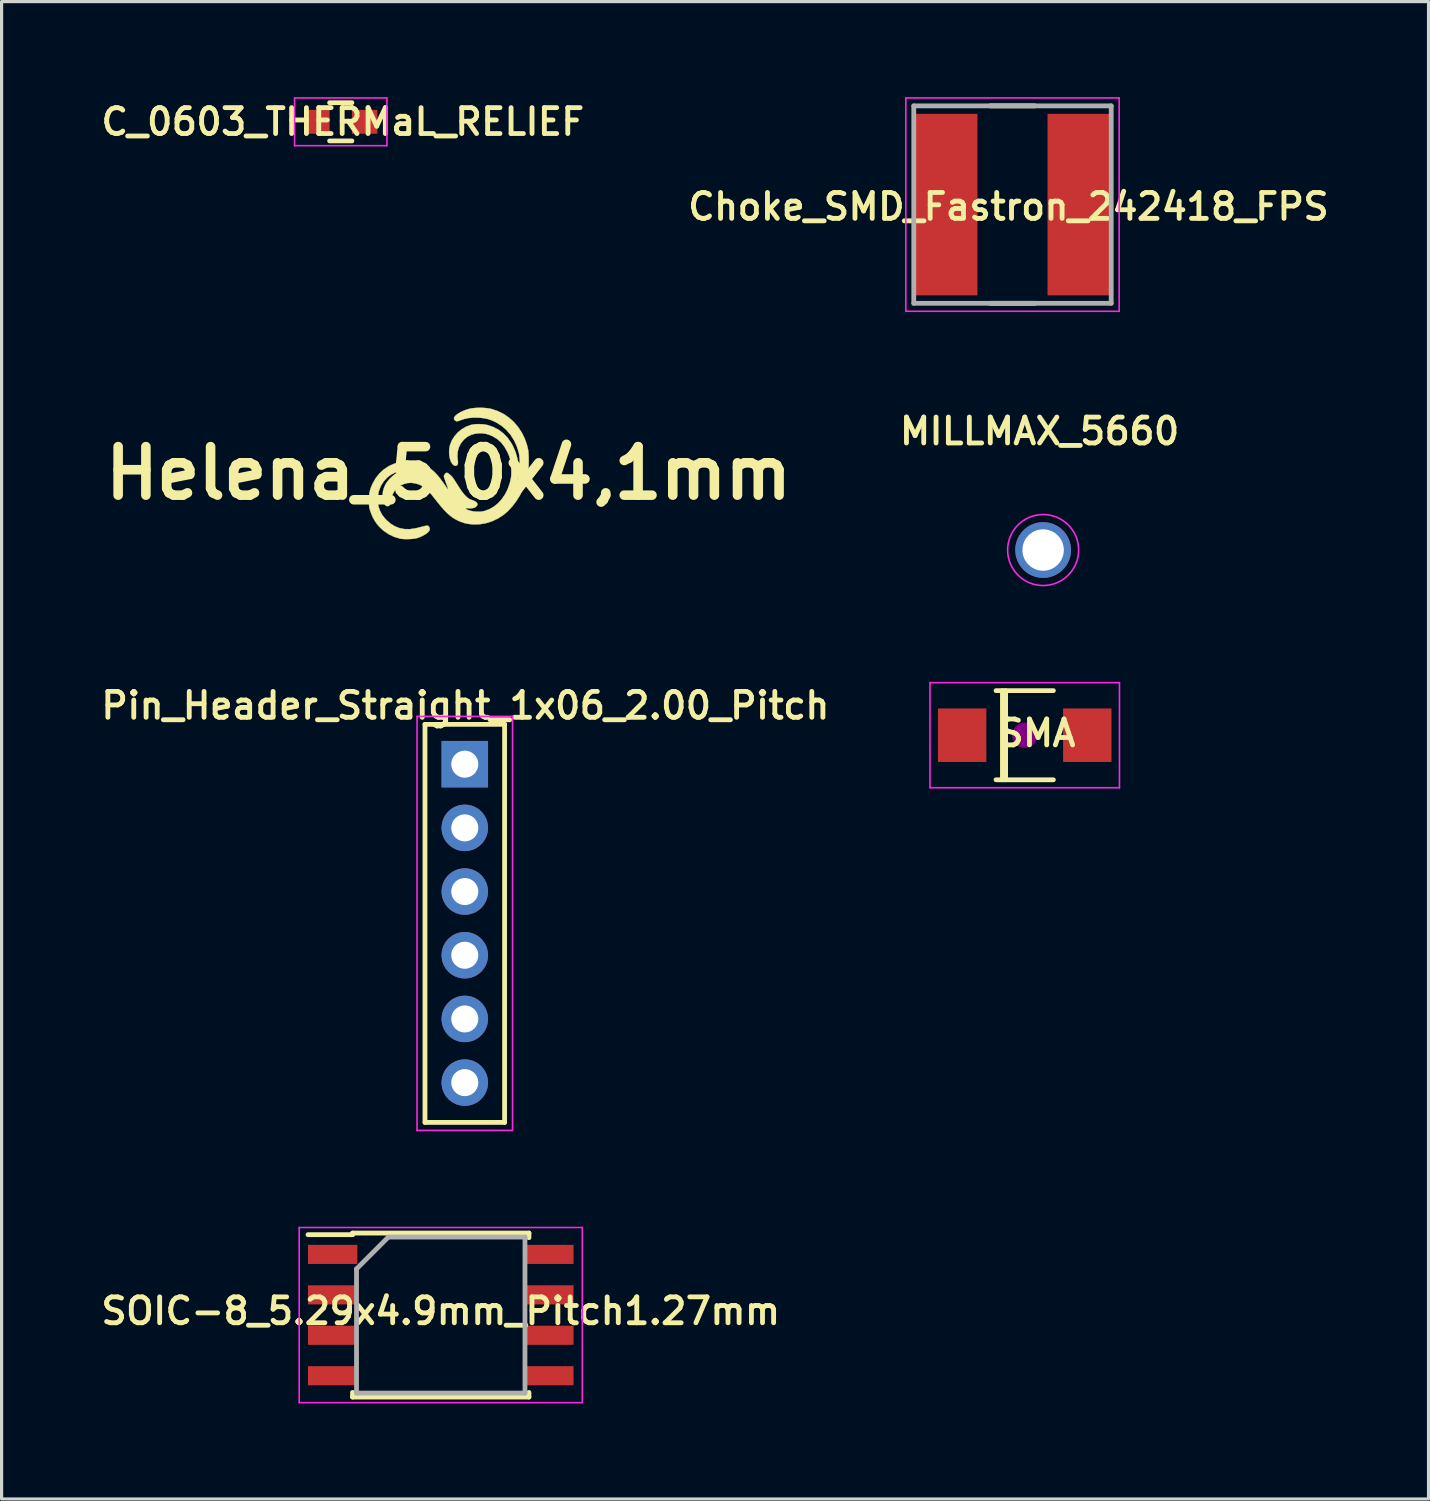
<source format=kicad_pcb>
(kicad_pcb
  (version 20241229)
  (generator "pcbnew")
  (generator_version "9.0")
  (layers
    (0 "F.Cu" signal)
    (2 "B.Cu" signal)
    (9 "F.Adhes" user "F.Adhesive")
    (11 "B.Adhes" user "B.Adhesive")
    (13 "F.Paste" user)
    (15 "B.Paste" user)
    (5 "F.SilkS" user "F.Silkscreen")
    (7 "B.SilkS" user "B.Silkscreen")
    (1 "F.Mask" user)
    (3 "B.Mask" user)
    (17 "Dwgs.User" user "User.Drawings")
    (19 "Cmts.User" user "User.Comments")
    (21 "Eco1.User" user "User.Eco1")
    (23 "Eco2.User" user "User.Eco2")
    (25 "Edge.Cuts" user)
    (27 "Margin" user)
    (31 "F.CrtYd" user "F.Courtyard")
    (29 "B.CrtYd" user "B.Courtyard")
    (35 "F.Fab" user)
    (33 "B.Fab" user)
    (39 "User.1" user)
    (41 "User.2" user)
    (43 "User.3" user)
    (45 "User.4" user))
  (footprint "C_0603_THERMaL_RELIEF"
    (layer "F.Cu")
    (at 7.651 0.775)
    (property "Reference" "C_0603_THERMaL_RELIEF" (at 0.064 0 0) (layer "F.SilkS") (effects (font (size 0.813 0.813) (thickness 0.152))))
    (attr smd)
    (fp_line (start -0.35 -0.6) (end 0.35 -0.6) (stroke (width 0.15) (type solid)) (layer "F.SilkS"))
    (fp_line (start 0.35 0.6) (end -0.35 0.6) (stroke (width 0.15) (type solid)) (layer "F.SilkS"))
    (fp_line (start -1.45 -0.75) (end -1.45 0.75) (stroke (width 0.05) (type solid)) (layer "F.CrtYd"))
    (fp_line (start -1.45 -0.75) (end 1.45 -0.75) (stroke (width 0.05) (type solid)) (layer "F.CrtYd"))
    (fp_line (start -1.45 0.75) (end 1.45 0.75) (stroke (width 0.05) (type solid)) (layer "F.CrtYd"))
    (fp_line (start 1.45 -0.75) (end 1.45 0.75) (stroke (width 0.05) (type solid)) (layer "F.CrtYd"))
    (pad "1" smd rect (at -0.75 0) (size 0.8 0.75) (layers "F.Cu" "F.Mask" "F.Paste"))
    (pad "2" smd rect (at 0.75 0) (size 0.8 0.75) (layers "F.Cu" "F.Mask" "F.Paste")))
  (footprint "SOIC-8_5.29x4.9mm_Pitch1.27mm"
    (layer "F.Cu")
    (at 10.791 38.248)
    (property "Reference" "SOIC-8_5.29x4.9mm_Pitch1.27mm" (at 0 -0.127 0) (layer "F.SilkS") (effects (font (size 0.813 0.813) (thickness 0.152))))
    (attr smd)
    (fp_line (start -2.77 -2.575) (end -2.77 -2.525) (stroke (width 0.15) (type solid)) (layer "F.SilkS"))
    (fp_line (start -2.77 -2.575) (end 2.77 -2.575) (stroke (width 0.15) (type solid)) (layer "F.SilkS"))
    (fp_line (start -2.77 -2.525) (end -4.17 -2.525) (stroke (width 0.15) (type solid)) (layer "F.SilkS"))
    (fp_line (start -2.77 2.575) (end -2.77 2.43) (stroke (width 0.15) (type solid)) (layer "F.SilkS"))
    (fp_line (start -2.77 2.575) (end 2.77 2.575) (stroke (width 0.15) (type solid)) (layer "F.SilkS"))
    (fp_line (start 2.77 -2.575) (end 2.77 -2.43) (stroke (width 0.15) (type solid)) (layer "F.SilkS"))
    (fp_line (start 2.77 2.575) (end 2.77 2.43) (stroke (width 0.15) (type solid)) (layer "F.SilkS"))
    (fp_line (start -4.445 -2.75) (end -4.445 2.75) (stroke (width 0.05) (type solid)) (layer "F.CrtYd"))
    (fp_line (start -4.445 -2.75) (end 4.445 -2.75) (stroke (width 0.05) (type solid)) (layer "F.CrtYd"))
    (fp_line (start -4.445 2.75) (end 4.445 2.75) (stroke (width 0.05) (type solid)) (layer "F.CrtYd"))
    (fp_line (start 4.445 -2.75) (end 4.445 2.75) (stroke (width 0.05) (type solid)) (layer "F.CrtYd"))
    (fp_line (start -2.645 -1.45) (end -1.645 -2.45) (stroke (width 0.15) (type solid)) (layer "F.Fab"))
    (fp_line (start -2.645 2.45) (end -2.645 -1.45) (stroke (width 0.15) (type solid)) (layer "F.Fab"))
    (fp_line (start -1.645 -2.45) (end 2.645 -2.45) (stroke (width 0.15) (type solid)) (layer "F.Fab"))
    (fp_line (start 2.645 -2.45) (end 2.645 2.45) (stroke (width 0.15) (type solid)) (layer "F.Fab"))
    (fp_line (start 2.645 2.45) (end -2.645 2.45) (stroke (width 0.15) (type solid)) (layer "F.Fab"))
    (pad "1" smd rect (at -3.395 -1.905) (size 1.55 0.6) (layers "F.Cu" "F.Mask" "F.Paste"))
    (pad "2" smd rect (at -3.395 -0.635) (size 1.55 0.6) (layers "F.Cu" "F.Mask" "F.Paste"))
    (pad "3" smd rect (at -3.395 0.635) (size 1.55 0.6) (layers "F.Cu" "F.Mask" "F.Paste"))
    (pad "4" smd rect (at -3.395 1.905) (size 1.55 0.6) (layers "F.Cu" "F.Mask" "F.Paste"))
    (pad "5" smd rect (at 3.395 1.905) (size 1.55 0.6) (layers "F.Cu" "F.Mask" "F.Paste"))
    (pad "6" smd rect (at 3.395 0.635) (size 1.55 0.6) (layers "F.Cu" "F.Mask" "F.Paste"))
    (pad "7" smd rect (at 3.395 -0.635) (size 1.55 0.6) (layers "F.Cu" "F.Mask" "F.Paste"))
    (pad "8" smd rect (at 3.395 -1.905) (size 1.55 0.6) (layers "F.Cu" "F.Mask" "F.Paste")))
  (footprint "Choke_SMD_Fastron_242418_FPS"
    (layer "F.Cu")
    (at 28.746 3.375)
    (property "Reference" "Choke_SMD_Fastron_242418_FPS" (at -0.127 0.064 0) (layer "F.SilkS") (effects (font (size 0.813 0.813) (thickness 0.152))))
    (attr smd)
    (fp_line (start -0.7 3.1) (end 0.7 3.1) (stroke (width 0.15) (type solid)) (layer "F.SilkS"))
    (fp_line (start 0.7 -3.1) (end -0.7 -3.1) (stroke (width 0.15) (type solid)) (layer "F.SilkS"))
    (fp_line (start -3.35 -3.35) (end 3.35 -3.35) (stroke (width 0.05) (type solid)) (layer "F.CrtYd"))
    (fp_line (start -3.35 3.35) (end -3.35 -3.35) (stroke (width 0.05) (type solid)) (layer "F.CrtYd"))
    (fp_line (start 3.35 -3.35) (end 3.35 3.35) (stroke (width 0.05) (type solid)) (layer "F.CrtYd"))
    (fp_line (start 3.35 3.35) (end -3.35 3.35) (stroke (width 0.05) (type solid)) (layer "F.CrtYd"))
    (fp_line (start -3.1 -3.1) (end 3.1 -3.1) (stroke (width 0.15) (type solid)) (layer "F.Fab"))
    (fp_line (start -3.1 3.1) (end -3.1 -3.1) (stroke (width 0.15) (type solid)) (layer "F.Fab"))
    (fp_line (start 3.1 -3.1) (end 3.1 3.1) (stroke (width 0.15) (type solid)) (layer "F.Fab"))
    (fp_line (start 3.1 3.1) (end -3.1 3.1) (stroke (width 0.15) (type solid)) (layer "F.Fab"))
    (pad "1" smd rect (at -2.1 0) (size 2 5.7) (layers "F.Cu" "F.Mask" "F.Paste"))
    (pad "2" smd rect (at 2.1 0) (size 2 5.7) (layers "F.Cu" "F.Mask" "F.Paste")))
  (footprint "Pin_Header_Straight_1x06_2.00_Pitch"
    (layer "F.Cu")
    (at 11.546 20.948)
    (property "Reference" "Pin_Header_Straight_1x06_2.00_Pitch" (at 0.019 -1.841 0) (layer "F.SilkS") (effects (font (size 0.813 0.813) (thickness 0.152))))
    (attr through_hole)
    (fp_line (start -1.25 -1.25) (end -1.25 11.25) (stroke (width 0.15) (type solid)) (layer "F.SilkS"))
    (fp_line (start -1.25 11.25) (end 1.25 11.25) (stroke (width 0.15) (type solid)) (layer "F.SilkS"))
    (fp_line (start 1.25 -1.25) (end -1.25 -1.25) (stroke (width 0.15) (type solid)) (layer "F.SilkS"))
    (fp_line (start 1.25 11.25) (end 1.25 -1.25) (stroke (width 0.15) (type solid)) (layer "F.SilkS"))
    (fp_line (start -1.5 -1.5) (end -1.5 11.5) (stroke (width 0.05) (type solid)) (layer "F.CrtYd"))
    (fp_line (start -1.5 11.5) (end 1.5 11.5) (stroke (width 0.05) (type solid)) (layer "F.CrtYd"))
    (fp_line (start 1.5 -1.5) (end -1.5 -1.5) (stroke (width 0.05) (type solid)) (layer "F.CrtYd"))
    (fp_line (start 1.5 11.5) (end 1.5 -1.5) (stroke (width 0.05) (type solid)) (layer "F.CrtYd"))
    (pad "1" thru_hole rect (at 0 0) (size 1.46 1.46) (drill 0.85) (layers "*.Cu" "*.Mask"))
    (pad "2" thru_hole circle (at 0 2) (size 1.46 1.46) (drill 0.85) (layers "*.Cu" "*.Mask"))
    (pad "3" thru_hole circle (at 0 4) (size 1.46 1.46) (drill 0.85) (layers "*.Cu" "*.Mask"))
    (pad "4" thru_hole circle (at 0 6) (size 1.46 1.46) (drill 0.85) (layers "*.Cu" "*.Mask"))
    (pad "5" thru_hole circle (at 0 8) (size 1.46 1.46) (drill 0.85) (layers "*.Cu" "*.Mask"))
    (pad "6" thru_hole circle (at 0 10) (size 1.46 1.46) (drill 0.85) (layers "*.Cu" "*.Mask")))
  (footprint "MILLMAX_5660"
    (layer "F.Cu")
    (at 29.708 14.223)
    (property "Reference" "MILLMAX_5660" (at -0.111 -3.731 0) (layer "F.SilkS") (effects (font (size 0.813 0.813) (thickness 0.152))))
    (attr through_hole)
    (fp_circle (center 0 0) (end 1.115 0) (stroke (width 0.05) (type solid)) (fill no) (layer "F.CrtYd"))
    (pad "1" thru_hole circle (at 0 0) (size 1.75 1.75) (drill 1.3) (layers "*.Cu" "*.Mask")))
  (footprint "SMA"
    (layer "F.Cu")
    (at 29.13 20.038)
    (property "Reference" "SMA" (at 0.381 -0.064 0) (layer "F.SilkS") (effects (font (size 0.813 0.813) (thickness 0.152))))
    (attr smd)
    (fp_line (start -0.9 -1.4) (end 0.9 -1.4) (stroke (width 0.15) (type solid)) (layer "F.SilkS"))
    (fp_line (start -0.9 1.4) (end 0.9 1.4) (stroke (width 0.15) (type solid)) (layer "F.SilkS"))
    (fp_line (start -0.7 1.4) (end -0.7 -1.4) (stroke (width 0.15) (type solid)) (layer "F.SilkS"))
    (fp_line (start -0.6 1.4) (end -0.6 -1.4) (stroke (width 0.15) (type solid)) (layer "F.SilkS"))
    (fp_circle (center 0 0) (end 0.201 -0.051) (stroke (width 0.381) (type solid)) (fill no) (layer "F.Adhes"))
    (fp_line (start -2.975 -1.65) (end 2.975 -1.65) (stroke (width 0.05) (type solid)) (layer "F.CrtYd"))
    (fp_line (start -2.975 1.65) (end -2.975 -1.65) (stroke (width 0.05) (type solid)) (layer "F.CrtYd"))
    (fp_line (start 2.975 -1.65) (end 2.975 1.65) (stroke (width 0.05) (type solid)) (layer "F.CrtYd"))
    (fp_line (start 2.975 1.65) (end -2.975 1.65) (stroke (width 0.05) (type solid)) (layer "F.CrtYd"))
    (pad "1" smd rect (at -1.965 0) (size 1.52 1.68) (layers "F.Cu" "F.Mask" "F.Paste"))
    (pad "2" smd rect (at 1.965 0) (size 1.52 1.68) (layers "F.Cu" "F.Mask" "F.Paste")))
  (footprint "Helena_5,0x4,1mm"
    (layer "F.Cu")
    (at 11.038 11.81)
    (property "Reference" "Helena_5,0x4,1mm" (at 0 0 0) (layer "F.SilkS") (effects (font (size 1.524 1.524) (thickness 0.3))))
    (attr through_hole)
    (fp_poly (pts (xy 1.122 -2.05) (xy 1.244 -2.038) (xy 1.334 -2.021) (xy 1.533 -1.955) (xy 1.719 -1.865) (xy 1.889 -1.75) (xy 2.044 -1.613) (xy 2.18 -1.455) (xy 2.296 -1.279) (xy 2.391 -1.086) (xy 2.463 -0.878) (xy 2.498 -0.732) (xy 2.505 -0.679) (xy 2.51 -0.604) (xy 2.514 -0.511) (xy 2.516 -0.41) (xy 2.516 -0.374) (xy 2.513 -0.219) (xy 2.502 -0.084) (xy 2.484 0.04) (xy 2.455 0.165) (xy 2.415 0.298) (xy 2.412 0.308) (xy 2.335 0.504) (xy 2.239 0.696) (xy 2.126 0.877) (xy 1.999 1.044) (xy 1.863 1.191) (xy 1.72 1.313) (xy 1.718 1.314) (xy 1.546 1.424) (xy 1.363 1.51) (xy 1.172 1.57) (xy 0.977 1.604) (xy 0.783 1.609) (xy 0.769 1.608) (xy 0.627 1.594) (xy 0.501 1.568) (xy 0.378 1.526) (xy 0.304 1.494) (xy 0.213 1.448) (xy 0.127 1.394) (xy 0.042 1.331) (xy -0.044 1.254) (xy -0.134 1.163) (xy -0.232 1.052) (xy -0.34 0.921) (xy -0.417 0.823) (xy -0.48 0.743) (xy -0.543 0.666) (xy -0.6 0.598) (xy -0.648 0.543) (xy -0.683 0.506) (xy -0.687 0.502) (xy -0.79 0.424) (xy -0.908 0.363) (xy -1.036 0.322) (xy -1.164 0.303) (xy -1.287 0.309) (xy -1.295 0.31) (xy -1.421 0.345) (xy -1.535 0.403) (xy -1.633 0.481) (xy -1.711 0.576) (xy -1.768 0.684) (xy -1.8 0.802) (xy -1.804 0.844) (xy -1.814 0.924) (xy -1.833 0.98) (xy -1.863 1.016) (xy -1.893 1.032) (xy -1.938 1.036) (xy -1.979 1.013) (xy -2.014 0.97) (xy -2.042 0.908) (xy -2.062 0.832) (xy -2.073 0.747) (xy -2.072 0.655) (xy -2.059 0.562) (xy -2.056 0.547) (xy -2.035 0.476) (xy -2.006 0.401) (xy -1.984 0.353) (xy -1.93 0.27) (xy -1.858 0.183) (xy -1.773 0.101) (xy -1.685 0.029) (xy -1.606 -0.02) (xy -1.56 -0.046) (xy -1.541 -0.061) (xy -1.547 -0.065) (xy -1.576 -0.058) (xy -1.628 -0.04) (xy -1.673 -0.023) (xy -1.81 0.047) (xy -1.933 0.142) (xy -2.038 0.258) (xy -2.123 0.392) (xy -2.183 0.538) (xy -2.207 0.635) (xy -2.22 0.746) (xy -2.224 0.86) (xy -2.217 0.966) (xy -2.205 1.031) (xy -2.157 1.177) (xy -2.087 1.308) (xy -1.991 1.43) (xy -1.951 1.472) (xy -1.819 1.586) (xy -1.68 1.671) (xy -1.533 1.728) (xy -1.377 1.756) (xy -1.211 1.757) (xy -1.034 1.73) (xy -0.977 1.717) (xy -0.874 1.69) (xy -0.796 1.67) (xy -0.739 1.656) (xy -0.699 1.649) (xy -0.672 1.646) (xy -0.655 1.648) (xy -0.642 1.653) (xy -0.635 1.659) (xy -0.601 1.704) (xy -0.59 1.757) (xy -0.598 1.793) (xy -0.628 1.836) (xy -0.681 1.884) (xy -0.751 1.931) (xy -0.833 1.976) (xy -0.92 2.014) (xy -0.994 2.039) (xy -1.078 2.055) (xy -1.179 2.066) (xy -1.289 2.071) (xy -1.396 2.069) (xy -1.49 2.06) (xy -1.531 2.053) (xy -1.713 1.998) (xy -1.883 1.916) (xy -2.039 1.81) (xy -2.177 1.683) (xy -2.248 1.599) (xy -2.325 1.488) (xy -2.387 1.373) (xy -2.441 1.243) (xy -2.452 1.21) (xy -2.472 1.149) (xy -2.486 1.1) (xy -2.494 1.052) (xy -2.499 0.999) (xy -2.501 0.93) (xy -2.502 0.867) (xy -2.499 0.743) (xy -2.489 0.639) (xy -2.47 0.545) (xy -2.44 0.45) (xy -2.395 0.346) (xy -2.384 0.321) (xy -2.291 0.157) (xy -2.176 0.012) (xy -2.042 -0.113) (xy -1.891 -0.215) (xy -1.726 -0.293) (xy -1.55 -0.345) (xy -1.364 -0.371) (xy -1.286 -0.373) (xy -1.139 -0.362) (xy -0.986 -0.332) (xy -0.839 -0.286) (xy -0.763 -0.254) (xy -0.667 -0.204) (xy -0.58 -0.15) (xy -0.5 -0.088) (xy -0.421 -0.015) (xy -0.341 0.073) (xy -0.257 0.178) (xy -0.164 0.305) (xy -0.107 0.387) (xy -0.067 0.445) (xy -0.033 0.492) (xy -0.01 0.523) (xy -0.000175 0.535) (xy 0 0.535) (xy -0.005 0.519) (xy -0.019 0.48) (xy -0.039 0.423) (xy -0.064 0.355) (xy -0.075 0.327) (xy -0.101 0.252) (xy -0.124 0.185) (xy -0.141 0.132) (xy -0.149 0.098) (xy -0.149 0.093) (xy -0.139 0.06) (xy -0.114 0.024) (xy -0.084 -0.004) (xy -0.058 -0.015) (xy -0.026 -0.004) (xy 0.018 0.025) (xy 0.066 0.067) (xy 0.113 0.116) (xy 0.132 0.14) (xy 0.161 0.181) (xy 0.2 0.241) (xy 0.246 0.312) (xy 0.293 0.387) (xy 0.308 0.411) (xy 0.4 0.551) (xy 0.488 0.665) (xy 0.571 0.75) (xy 0.65 0.808) (xy 0.695 0.828) (xy 0.77 0.856) (xy 0.823 0.879) (xy 0.858 0.9) (xy 0.882 0.922) (xy 0.891 0.935) (xy 0.908 0.966) (xy 0.906 0.991) (xy 0.896 1.012) (xy 0.859 1.056) (xy 0.808 1.085) (xy 0.737 1.1) (xy 0.642 1.103) (xy 0.638 1.103) (xy 0.576 1.101) (xy 0.54 1.102) (xy 0.526 1.107) (xy 0.53 1.114) (xy 0.533 1.117) (xy 0.602 1.154) (xy 0.693 1.182) (xy 0.797 1.201) (xy 0.907 1.209) (xy 1.015 1.206) (xy 1.114 1.19) (xy 1.121 1.188) (xy 1.275 1.133) (xy 1.419 1.051) (xy 1.55 0.946) (xy 1.668 0.818) (xy 1.769 0.67) (xy 1.853 0.505) (xy 1.917 0.325) (xy 1.946 0.209) (xy 1.946 0.209) (xy 2.166 0.209) (xy 2.172 0.221) (xy 2.176 0.219) (xy 2.178 0.201) (xy 2.176 0.199) (xy 2.168 0.201) (xy 2.166 0.209) (xy 1.946 0.209) (xy 1.959 0.138) (xy 1.967 0.072) (xy 1.97 0.001) (xy 1.969 -0.085) (xy 1.968 -0.134) (xy 1.96 -0.26) (xy 1.947 -0.365) (xy 1.926 -0.46) (xy 1.895 -0.553) (xy 1.851 -0.654) (xy 1.846 -0.665) (xy 1.759 -0.822) (xy 1.658 -0.954) (xy 1.542 -1.062) (xy 1.408 -1.147) (xy 1.368 -1.167) (xy 1.254 -1.214) (xy 1.147 -1.242) (xy 1.037 -1.254) (xy 0.994 -1.255) (xy 0.843 -1.243) (xy 0.708 -1.206) (xy 0.588 -1.144) (xy 0.482 -1.056) (xy 0.472 -1.046) (xy 0.382 -0.931) (xy 0.319 -0.804) (xy 0.283 -0.668) (xy 0.276 -0.525) (xy 0.284 -0.448) (xy 0.294 -0.365) (xy 0.293 -0.306) (xy 0.281 -0.267) (xy 0.257 -0.242) (xy 0.247 -0.237) (xy 0.216 -0.229) (xy 0.182 -0.238) (xy 0.163 -0.248) (xy 0.114 -0.293) (xy 0.073 -0.361) (xy 0.043 -0.447) (xy 0.023 -0.546) (xy 0.015 -0.652) (xy 0.02 -0.76) (xy 0.039 -0.865) (xy 0.046 -0.891) (xy 0.104 -1.034) (xy 0.188 -1.166) (xy 0.293 -1.283) (xy 0.415 -1.383) (xy 0.551 -1.461) (xy 0.696 -1.515) (xy 0.74 -1.525) (xy 0.841 -1.539) (xy 0.958 -1.542) (xy 1.078 -1.536) (xy 1.189 -1.52) (xy 1.228 -1.511) (xy 1.408 -1.449) (xy 1.572 -1.362) (xy 1.72 -1.25) (xy 1.851 -1.115) (xy 1.963 -0.956) (xy 2.025 -0.844) (xy 2.102 -0.663) (xy 2.156 -0.48) (xy 2.186 -0.291) (xy 2.195 -0.088) (xy 2.193 -0.002) (xy 2.186 0.172) (xy 2.208 0.09) (xy 2.219 0.028) (xy 2.228 -0.056) (xy 2.232 -0.156) (xy 2.234 -0.264) (xy 2.232 -0.373) (xy 2.227 -0.476) (xy 2.219 -0.566) (xy 2.207 -0.635) (xy 2.205 -0.642) (xy 2.14 -0.848) (xy 2.053 -1.036) (xy 1.945 -1.206) (xy 1.817 -1.355) (xy 1.671 -1.483) (xy 1.508 -1.587) (xy 1.472 -1.605) (xy 1.352 -1.66) (xy 1.241 -1.699) (xy 1.129 -1.724) (xy 1.005 -1.739) (xy 0.919 -1.744) (xy 0.758 -1.744) (xy 0.617 -1.731) (xy 0.488 -1.702) (xy 0.385 -1.667) (xy 0.319 -1.642) (xy 0.272 -1.631) (xy 0.238 -1.634) (xy 0.209 -1.649) (xy 0.197 -1.659) (xy 0.17 -1.697) (xy 0.168 -1.736) (xy 0.193 -1.781) (xy 0.233 -1.822) (xy 0.309 -1.88) (xy 0.409 -1.935) (xy 0.524 -1.984) (xy 0.635 -2.019) (xy 0.737 -2.039) (xy 0.859 -2.051) (xy 0.99 -2.055) (xy 1.122 -2.05)) (stroke (width 0.01) (type solid)) (fill yes) (layer "F.SilkS")))
  (gr_rect
    (start -3 -3)
    (end 41.811 44.023)
    (stroke (width 0.1) (type default))
    (fill no)
    (layer "Edge.Cuts")))
</source>
